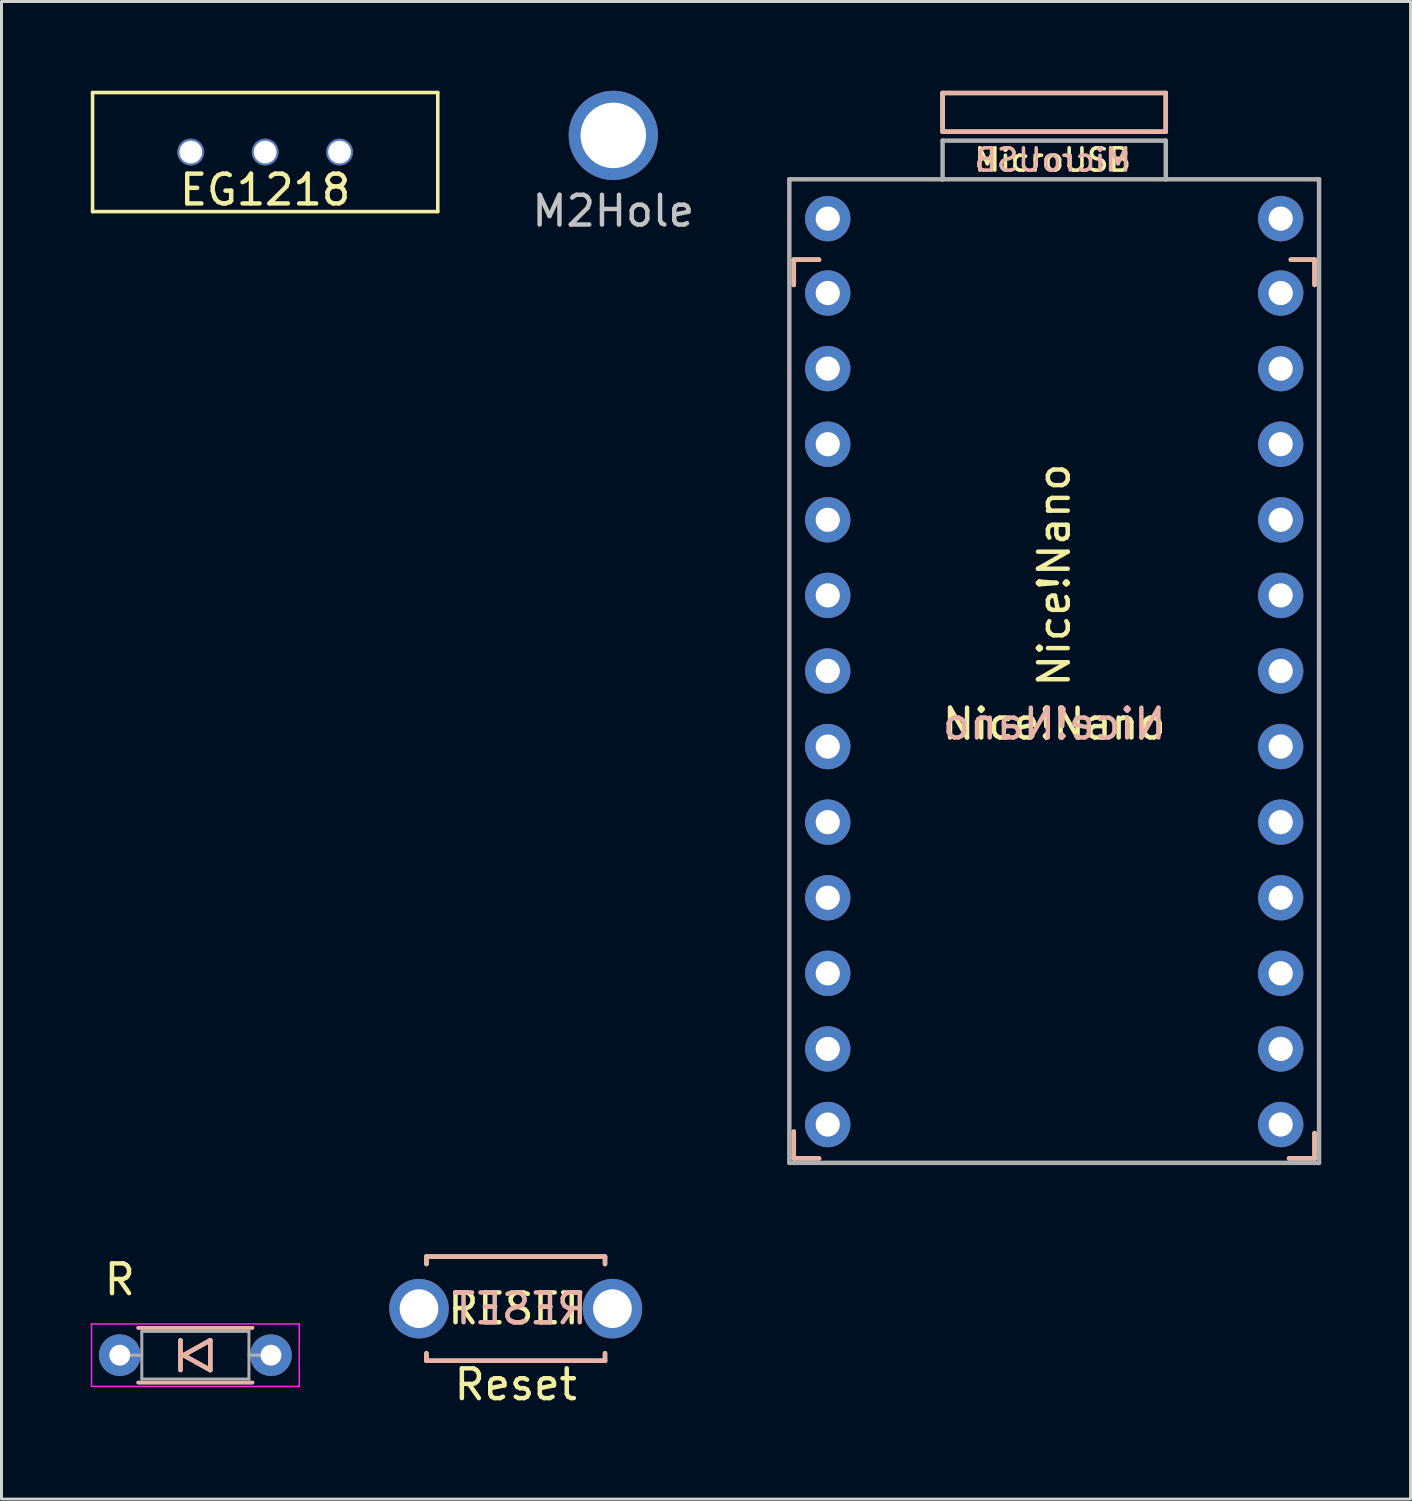
<source format=kicad_pcb>
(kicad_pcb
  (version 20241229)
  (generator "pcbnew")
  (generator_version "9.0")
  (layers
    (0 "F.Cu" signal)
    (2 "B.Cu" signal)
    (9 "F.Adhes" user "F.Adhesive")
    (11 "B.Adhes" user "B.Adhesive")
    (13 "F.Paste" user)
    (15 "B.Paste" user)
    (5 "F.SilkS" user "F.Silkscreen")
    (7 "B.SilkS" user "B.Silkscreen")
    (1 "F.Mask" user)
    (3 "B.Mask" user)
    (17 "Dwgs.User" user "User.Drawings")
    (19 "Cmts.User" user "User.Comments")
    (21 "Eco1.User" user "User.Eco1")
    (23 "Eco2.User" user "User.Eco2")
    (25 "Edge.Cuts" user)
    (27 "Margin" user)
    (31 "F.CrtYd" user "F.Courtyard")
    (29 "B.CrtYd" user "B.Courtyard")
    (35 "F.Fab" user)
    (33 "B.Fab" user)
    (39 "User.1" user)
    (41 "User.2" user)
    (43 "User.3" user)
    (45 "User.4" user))
  (footprint "M2Hole"
    (layer "F.Cu")
    (at 17.559 1.5)
    (property "Reference" "M2Hole" (at 0 2.54 0) (layer "Dwgs.User") (effects (font (size 1 1) (thickness 0.15))))
    (attr through_hole)
    (pad "1" thru_hole circle (at 0 0) (size 3 3) (drill 2.2) (layers "*.Cu" "*.Mask")))
  (footprint "R"
    (layer "F.Cu")
    (at 0.975 42.488)
    (property "Reference" "R" (at 0 -2.54 0) (unlocked yes) (layer "F.SilkS") (effects (font (size 1 1) (thickness 0.15))))
    (attr through_hole)
    (fp_line (start 0.62 -0.92) (end 4.46 -0.92) (stroke (width 0.12) (type solid)) (layer "F.SilkS"))
    (fp_line (start 0.62 0.92) (end 4.46 0.92) (stroke (width 0.12) (type solid)) (layer "F.SilkS"))
    (fp_line (start 2.04 -0.5) (end 2.04 0.5) (stroke (width 0.15) (type solid)) (layer "F.SilkS"))
    (fp_line (start 2.14 0) (end 3.04 -0.5) (stroke (width 0.15) (type solid)) (layer "F.SilkS"))
    (fp_line (start 3.04 -0.5) (end 3.04 0.5) (stroke (width 0.15) (type solid)) (layer "F.SilkS"))
    (fp_line (start 3.04 0.5) (end 2.14 0) (stroke (width 0.15) (type solid)) (layer "F.SilkS"))
    (fp_line (start 0.62 -0.92) (end 4.46 -0.92) (stroke (width 0.12) (type solid)) (layer "B.SilkS"))
    (fp_line (start 0.62 0.92) (end 4.46 0.92) (stroke (width 0.12) (type solid)) (layer "B.SilkS"))
    (fp_line (start 2.04 -0.5) (end 2.04 0.5) (stroke (width 0.15) (type solid)) (layer "B.SilkS"))
    (fp_line (start 2.14 0) (end 3.04 -0.5) (stroke (width 0.15) (type solid)) (layer "B.SilkS"))
    (fp_line (start 3.04 -0.5) (end 3.04 0.5) (stroke (width 0.15) (type solid)) (layer "B.SilkS"))
    (fp_line (start 3.04 0.5) (end 2.14 0) (stroke (width 0.15) (type solid)) (layer "B.SilkS"))
    (fp_line (start -0.95 -1.05) (end -0.95 1.05) (stroke (width 0.05) (type solid)) (layer "F.CrtYd"))
    (fp_line (start -0.95 1.05) (end 6.03 1.05) (stroke (width 0.05) (type solid)) (layer "F.CrtYd"))
    (fp_line (start 6.03 -1.05) (end -0.95 -1.05) (stroke (width 0.05) (type solid)) (layer "F.CrtYd"))
    (fp_line (start 6.03 1.05) (end 6.03 -1.05) (stroke (width 0.05) (type solid)) (layer "F.CrtYd"))
    (fp_line (start 0 0) (end 0.74 0) (stroke (width 0.1) (type solid)) (layer "F.Fab"))
    (fp_line (start 0.74 -0.8) (end 0.74 0.8) (stroke (width 0.1) (type solid)) (layer "F.Fab"))
    (fp_line (start 0.74 0.8) (end 4.34 0.8) (stroke (width 0.1) (type solid)) (layer "F.Fab"))
    (fp_line (start 4.34 -0.8) (end 0.74 -0.8) (stroke (width 0.1) (type solid)) (layer "F.Fab"))
    (fp_line (start 4.34 0.8) (end 4.34 -0.8) (stroke (width 0.1) (type solid)) (layer "F.Fab"))
    (fp_line (start 5.08 0) (end 4.34 0) (stroke (width 0.1) (type solid)) (layer "F.Fab"))
    (pad "1" thru_hole circle (at 0 0) (size 1.4 1.4) (drill 0.7) (layers "*.Cu" "*.Mask"))
    (pad "2" thru_hole oval (at 5.08 0) (size 1.4 1.4) (drill 0.7) (layers "*.Cu" "*.Mask")))
  (footprint "Nice!Nano"
    (layer "F.Cu")
    (at 32.374 21.275)
    (property "Reference" "Nice!Nano" (at 0 -5 270) (layer "F.SilkS") (effects (font (size 1 1) (thickness 0.15))))
    (attr through_hole)
    (fp_line (start -8.75 -15.6) (end -8.75 -14.75) (stroke (width 0.15) (type solid)) (layer "F.SilkS"))
    (fp_line (start -8.75 -15.6) (end -7.9 -15.6) (stroke (width 0.15) (type solid)) (layer "F.SilkS"))
    (fp_line (start -8.75 13.7) (end -8.75 14.6) (stroke (width 0.15) (type solid)) (layer "F.SilkS"))
    (fp_line (start -8.75 14.6) (end -7.9 14.6) (stroke (width 0.15) (type solid)) (layer "F.SilkS"))
    (fp_line (start -3.75 -21.2) (end -3.75 -19.9) (stroke (width 0.15) (type solid)) (layer "F.SilkS"))
    (fp_line (start -3.75 -19.9) (end 3.75 -19.9) (stroke (width 0.15) (type solid)) (layer "F.SilkS"))
    (fp_line (start 3.75 -21.2) (end -3.75 -21.2) (stroke (width 0.15) (type solid)) (layer "F.SilkS"))
    (fp_line (start 3.75 -19.9) (end 3.75 -21.2) (stroke (width 0.15) (type solid)) (layer "F.SilkS"))
    (fp_line (start 8.75 -15.6) (end 7.95 -15.6) (stroke (width 0.15) (type solid)) (layer "F.SilkS"))
    (fp_line (start 8.75 -15.6) (end 8.75 -14.75) (stroke (width 0.15) (type solid)) (layer "F.SilkS"))
    (fp_line (start 8.75 13.75) (end 8.75 14.6) (stroke (width 0.15) (type solid)) (layer "F.SilkS"))
    (fp_line (start 8.75 14.6) (end 7.89 14.6) (stroke (width 0.15) (type solid)) (layer "F.SilkS"))
    (fp_line (start -8.75 -15.6) (end -8.75 -14.75) (stroke (width 0.15) (type solid)) (layer "B.SilkS"))
    (fp_line (start -8.75 -15.6) (end -7.9 -15.6) (stroke (width 0.15) (type solid)) (layer "B.SilkS"))
    (fp_line (start -8.75 13.7) (end -8.75 14.6) (stroke (width 0.15) (type solid)) (layer "B.SilkS"))
    (fp_line (start -8.75 14.6) (end -7.9 14.6) (stroke (width 0.15) (type solid)) (layer "B.SilkS"))
    (fp_line (start -3.75 -21.2) (end -3.75 -19.9) (stroke (width 0.15) (type solid)) (layer "B.SilkS"))
    (fp_line (start -3.75 -19.9) (end 3.75 -19.9) (stroke (width 0.15) (type solid)) (layer "B.SilkS"))
    (fp_line (start 3.75 -21.2) (end -3.75 -21.2) (stroke (width 0.15) (type solid)) (layer "B.SilkS"))
    (fp_line (start 3.75 -19.9) (end 3.75 -21.2) (stroke (width 0.15) (type solid)) (layer "B.SilkS"))
    (fp_line (start 8.75 -15.6) (end 7.95 -15.6) (stroke (width 0.15) (type solid)) (layer "B.SilkS"))
    (fp_line (start 8.75 -15.6) (end 8.75 -14.75) (stroke (width 0.15) (type solid)) (layer "B.SilkS"))
    (fp_line (start 8.75 13.75) (end 8.75 14.6) (stroke (width 0.15) (type solid)) (layer "B.SilkS"))
    (fp_line (start 8.75 14.6) (end 7.89 14.6) (stroke (width 0.15) (type solid)) (layer "B.SilkS"))
    (fp_line (start -8.9 -18.3) (end -3.75 -18.3) (stroke (width 0.15) (type solid)) (layer "F.Fab"))
    (fp_line (start -8.9 14.75) (end -8.9 -18.3) (stroke (width 0.15) (type solid)) (layer "F.Fab"))
    (fp_line (start -3.75 -19.6) (end -3.75 -18.299) (stroke (width 0.15) (type solid)) (layer "F.Fab"))
    (fp_line (start -3.75 -19.6) (end 3.75 -19.6) (stroke (width 0.15) (type solid)) (layer "F.Fab"))
    (fp_line (start -3.75 -18.3) (end 3.75 -18.3) (stroke (width 0.15) (type solid)) (layer "F.Fab"))
    (fp_line (start 3.75 -19.6) (end 3.75 -18.3) (stroke (width 0.15) (type solid)) (layer "F.Fab"))
    (fp_line (start 3.76 -18.3) (end 8.9 -18.3) (stroke (width 0.15) (type solid)) (layer "F.Fab"))
    (fp_line (start 8.9 -18.3) (end 8.9 14.75) (stroke (width 0.15) (type solid)) (layer "F.Fab"))
    (fp_line (start 8.9 14.75) (end -8.9 14.75) (stroke (width 0.15) (type solid)) (layer "F.Fab"))
    (fp_text user "Nice!Nano" (at 0 0 0) (layer "F.SilkS") (effects (font (size 1 1) (thickness 0.15))))
    (fp_text user "MicroUSB" (at -0.05 -18.95 0) (layer "F.SilkS") (effects (font (size 0.75 0.75) (thickness 0.12))))
    (fp_text user "MicroUSB" (at -0.05 -18.95 0) (layer "B.SilkS") (effects (font (size 0.75 0.75) (thickness 0.12)) (justify mirror)))
    (fp_text user "Nice!Nano" (at 0 0 0) (layer "B.SilkS") (effects (font (size 1 1) (thickness 0.15)) (justify mirror)))
    (pad "1" thru_hole circle (at 7.611 -14.478) (size 1.524 1.524) (drill 0.813) (layers "*.Cu" "*.Mask"))
    (pad "2" thru_hole circle (at 7.611 -11.938) (size 1.524 1.524) (drill 0.813) (layers "*.Cu" "*.Mask"))
    (pad "3" thru_hole circle (at 7.611 -9.398) (size 1.524 1.524) (drill 0.813) (layers "*.Cu" "*.Mask"))
    (pad "4" thru_hole circle (at 7.611 -6.858) (size 1.524 1.524) (drill 0.813) (layers "*.Cu" "*.Mask"))
    (pad "5" thru_hole circle (at 7.611 -4.318) (size 1.524 1.524) (drill 0.813) (layers "*.Cu" "*.Mask"))
    (pad "6" thru_hole circle (at 7.611 -1.778) (size 1.524 1.524) (drill 0.813) (layers "*.Cu" "*.Mask"))
    (pad "7" thru_hole circle (at 7.611 0.762) (size 1.524 1.524) (drill 0.813) (layers "*.Cu" "*.Mask"))
    (pad "8" thru_hole circle (at 7.611 3.302) (size 1.524 1.524) (drill 0.813) (layers "*.Cu" "*.Mask"))
    (pad "9" thru_hole circle (at 7.611 5.842) (size 1.524 1.524) (drill 0.813) (layers "*.Cu" "*.Mask"))
    (pad "10" thru_hole circle (at 7.611 8.382) (size 1.524 1.524) (drill 0.813) (layers "*.Cu" "*.Mask"))
    (pad "11" thru_hole circle (at 7.611 10.922) (size 1.524 1.524) (drill 0.813) (layers "*.Cu" "*.Mask"))
    (pad "12" thru_hole circle (at 7.611 13.462) (size 1.524 1.524) (drill 0.813) (layers "*.Cu" "*.Mask"))
    (pad "13" thru_hole circle (at -7.609 13.462) (size 1.524 1.524) (drill 0.813) (layers "*.Cu" "*.Mask"))
    (pad "14" thru_hole circle (at -7.609 10.922) (size 1.524 1.524) (drill 0.813) (layers "*.Cu" "*.Mask"))
    (pad "15" thru_hole circle (at -7.609 8.382) (size 1.524 1.524) (drill 0.813) (layers "*.Cu" "*.Mask"))
    (pad "16" thru_hole circle (at -7.609 5.842) (size 1.524 1.524) (drill 0.813) (layers "*.Cu" "*.Mask"))
    (pad "17" thru_hole circle (at -7.609 3.302) (size 1.524 1.524) (drill 0.813) (layers "*.Cu" "*.Mask"))
    (pad "18" thru_hole circle (at -7.609 0.762) (size 1.524 1.524) (drill 0.813) (layers "*.Cu" "*.Mask"))
    (pad "19" thru_hole circle (at -7.609 -1.778) (size 1.524 1.524) (drill 0.813) (layers "*.Cu" "*.Mask"))
    (pad "20" thru_hole circle (at -7.609 -4.318) (size 1.524 1.524) (drill 0.813) (layers "*.Cu" "*.Mask"))
    (pad "21" thru_hole circle (at -7.609 -6.858) (size 1.524 1.524) (drill 0.813) (layers "*.Cu" "*.Mask"))
    (pad "22" thru_hole circle (at -7.609 -9.398) (size 1.524 1.524) (drill 0.813) (layers "*.Cu" "*.Mask"))
    (pad "23" thru_hole circle (at -7.609 -11.938) (size 1.524 1.524) (drill 0.813) (layers "*.Cu" "*.Mask"))
    (pad "24" thru_hole circle (at -7.609 -14.478) (size 1.524 1.524) (drill 0.813) (layers "*.Cu" "*.Mask"))
    (pad "25" thru_hole circle (at -7.609 -16.978) (size 1.524 1.524) (drill 0.813) (layers "*.Cu" "*.Mask"))
    (pad "26" thru_hole circle (at 7.611 -16.978) (size 1.524 1.524) (drill 0.813) (layers "*.Cu" "*.Mask")))
  (footprint "Reset"
    (layer "F.Cu")
    (at 14.28 40.925)
    (property "Reference" "Reset" (at 0 2.55 0) (layer "F.SilkS") (effects (font (size 1 1) (thickness 0.15))))
    (attr through_hole)
    (fp_line (start -3 -1.75) (end -3 -1.5) (stroke (width 0.15) (type solid)) (layer "F.SilkS"))
    (fp_line (start -3 -1.75) (end 3 -1.75) (stroke (width 0.15) (type solid)) (layer "F.SilkS"))
    (fp_line (start -3 1.75) (end -3 1.5) (stroke (width 0.15) (type solid)) (layer "F.SilkS"))
    (fp_line (start -3 1.75) (end 3 1.75) (stroke (width 0.15) (type solid)) (layer "F.SilkS"))
    (fp_line (start 3 -1.75) (end 3 -1.5) (stroke (width 0.15) (type solid)) (layer "F.SilkS"))
    (fp_line (start 3 1.75) (end 3 1.5) (stroke (width 0.15) (type solid)) (layer "F.SilkS"))
    (fp_line (start -3 -1.75) (end 3 -1.75) (stroke (width 0.15) (type solid)) (layer "B.SilkS"))
    (fp_line (start -3 -1.5) (end -3 -1.75) (stroke (width 0.15) (type solid)) (layer "B.SilkS"))
    (fp_line (start -3 1.75) (end -3 1.5) (stroke (width 0.15) (type solid)) (layer "B.SilkS"))
    (fp_line (start 3 -1.75) (end 3 -1.5) (stroke (width 0.15) (type solid)) (layer "B.SilkS"))
    (fp_line (start 3 1.5) (end 3 1.75) (stroke (width 0.15) (type solid)) (layer "B.SilkS"))
    (fp_line (start 3 1.75) (end -3 1.75) (stroke (width 0.15) (type solid)) (layer "B.SilkS"))
    (fp_text user "RESET" (at 0 0 0) (layer "F.SilkS") (effects (font (size 1 1) (thickness 0.15))))
    (fp_text user "RESET" (at 0.127 0 0) (layer "B.SilkS") (effects (font (size 1 1) (thickness 0.15)) (justify mirror)))
    (pad "1" thru_hole circle (at 3.25 0) (size 2 2) (drill 1.3) (layers "*.Cu" "*.Mask"))
    (pad "2" thru_hole circle (at -3.25 0) (size 2 2) (drill 1.3) (layers "*.Cu" "*.Mask")))
  (footprint "EG1218"
    (layer "F.Cu")
    (at 5.86 2.06)
    (property "Reference" "EG1218" (at 0 1.27 0) (layer "F.SilkS") (effects (font (size 1 1) (thickness 0.15))))
    (attr through_hole)
    (fp_line (start -5.8 2) (end -5.8 -2) (stroke (width 0.12) (type solid)) (layer "F.SilkS"))
    (fp_line (start -5.8 2) (end 5.8 2) (stroke (width 0.12) (type solid)) (layer "F.SilkS"))
    (fp_line (start 5.8 -2) (end -5.8 -2) (stroke (width 0.12) (type solid)) (layer "F.SilkS"))
    (fp_line (start 5.8 -2) (end 5.8 2) (stroke (width 0.12) (type solid)) (layer "F.SilkS"))
    (pad "1" thru_hole circle (at -2.5 0) (size 0.9 0.9) (drill 0.762) (layers "*.Cu" "*.Mask"))
    (pad "2" thru_hole circle (at 0 0) (size 0.9 0.9) (drill 0.762) (layers "*.Cu" "*.Mask"))
    (pad "3" thru_hole circle (at 2.5 0) (size 0.9 0.9) (drill 0.762) (layers "*.Cu" "*.Mask")))
  (gr_rect
    (start -3 -3)
    (end 44.349 47.323)
    (stroke (width 0.1) (type default))
    (fill no)
    (layer "Edge.Cuts")))
</source>
